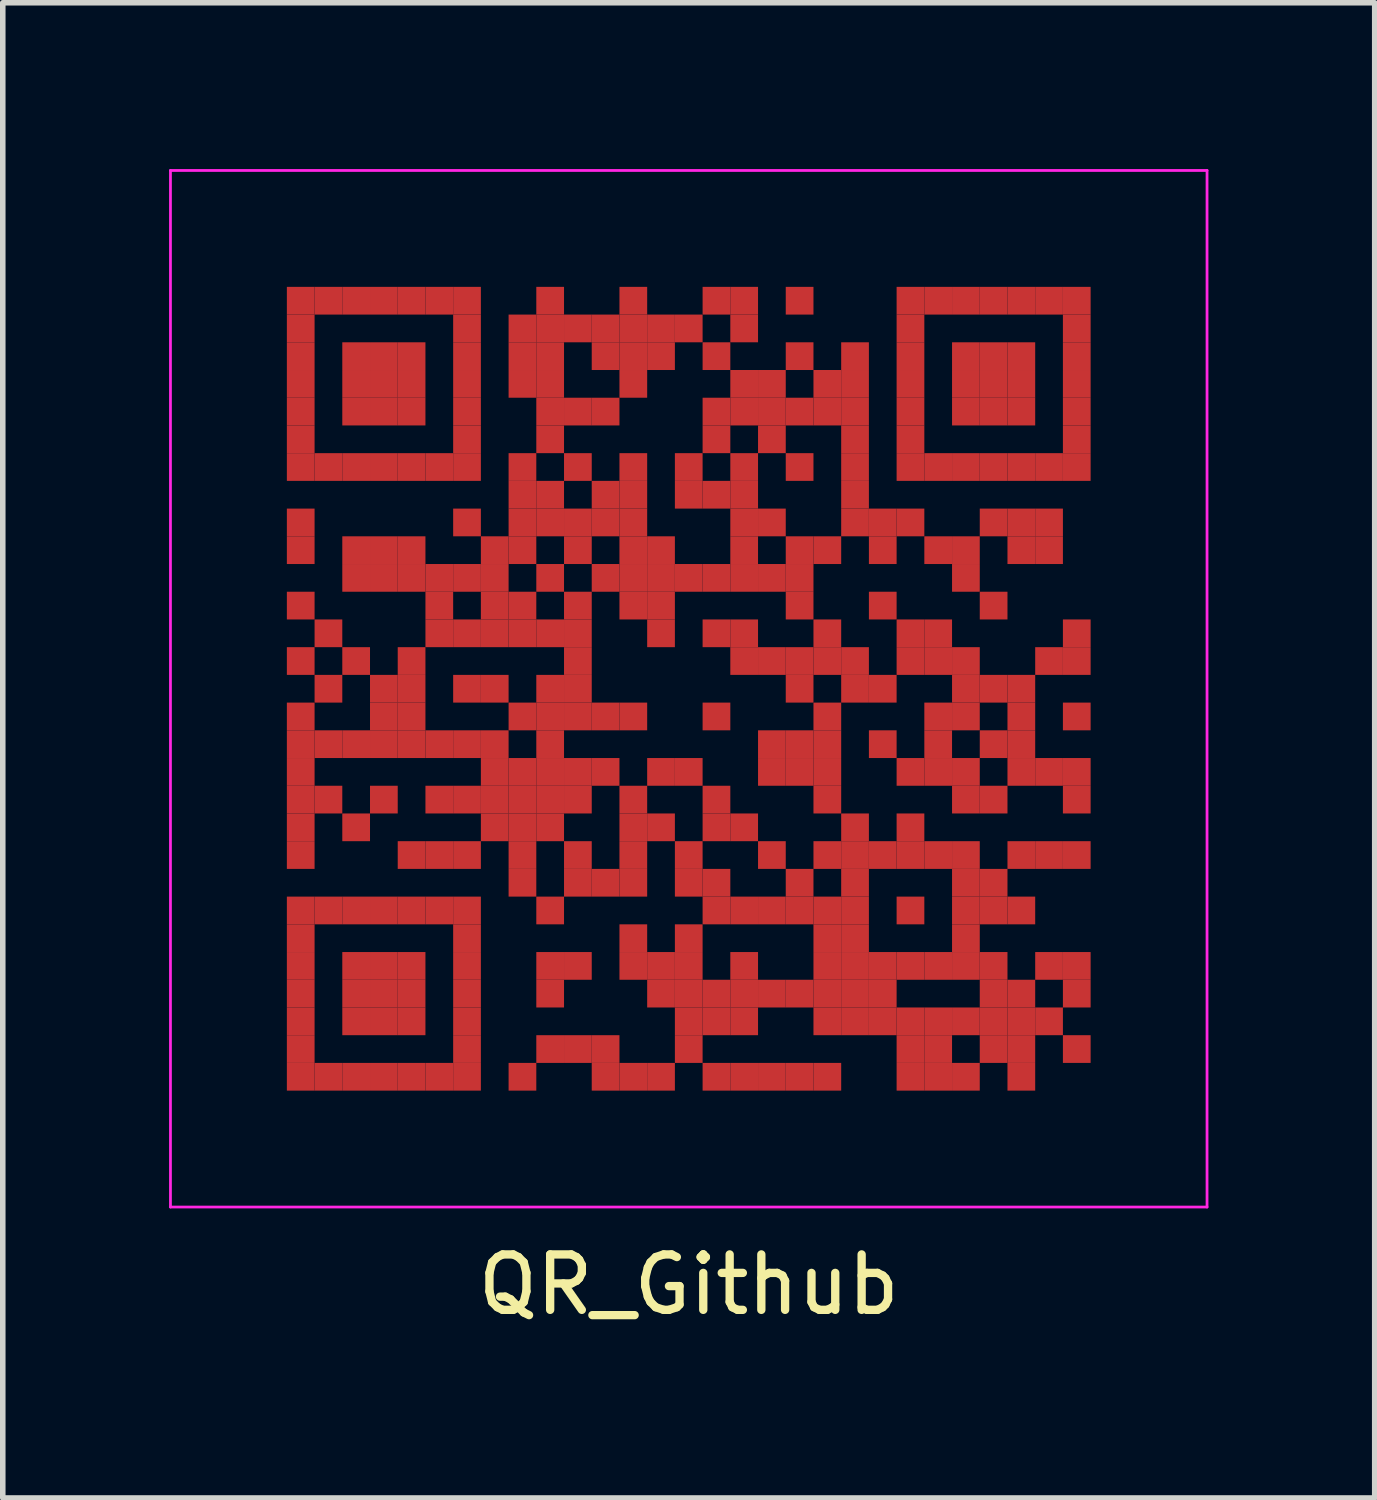
<source format=kicad_pcb>
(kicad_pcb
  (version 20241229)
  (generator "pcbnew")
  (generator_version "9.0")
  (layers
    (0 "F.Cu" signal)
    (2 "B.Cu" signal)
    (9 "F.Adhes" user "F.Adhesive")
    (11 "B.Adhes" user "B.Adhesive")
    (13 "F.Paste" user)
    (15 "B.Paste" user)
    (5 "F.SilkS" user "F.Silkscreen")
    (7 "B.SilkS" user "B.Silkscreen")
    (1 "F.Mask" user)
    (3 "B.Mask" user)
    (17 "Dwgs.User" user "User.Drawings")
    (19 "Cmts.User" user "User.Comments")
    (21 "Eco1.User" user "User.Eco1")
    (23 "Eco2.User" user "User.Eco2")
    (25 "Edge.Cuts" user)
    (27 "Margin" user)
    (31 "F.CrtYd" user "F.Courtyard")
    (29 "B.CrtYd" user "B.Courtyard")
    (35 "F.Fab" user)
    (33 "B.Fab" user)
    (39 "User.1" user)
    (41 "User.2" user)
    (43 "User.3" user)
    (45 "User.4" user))
  (footprint "QR_Github"
    (layer "F.Cu")
    (at 9.375 9.375)
    (property "Reference" "QR_Github" (at 0 10.75 0) (layer "F.SilkS") (effects (font (size 1 1) (thickness 0.15))))
    (fp_rect (start -9.3 -9.3) (end 9.3 9.3) (stroke (width 0) (type default)) (fill yes) (layer "F.Mask"))
    (fp_line (start -9.35 -9.35) (end 9.35 -9.35) (stroke (width 0.05) (type default)) (layer "F.CrtYd"))
    (fp_line (start -9.35 9.35) (end -9.35 -9.35) (stroke (width 0.05) (type default)) (layer "F.CrtYd"))
    (fp_line (start 9.35 -9.35) (end 9.35 9.35) (stroke (width 0.05) (type default)) (layer "F.CrtYd"))
    (fp_line (start 9.35 9.35) (end -9.35 9.35) (stroke (width 0.05) (type default)) (layer "F.CrtYd"))
    (pad "" smd rect (at -7 -7) (size 0.5 0.5) (layers "F.Cu"))
    (pad "" smd rect (at -7 -6.5) (size 0.5 0.5) (layers "F.Cu"))
    (pad "" smd rect (at -7 -6) (size 0.5 0.5) (layers "F.Cu"))
    (pad "" smd rect (at -7 -5.5) (size 0.5 0.5) (layers "F.Cu"))
    (pad "" smd rect (at -7 -5) (size 0.5 0.5) (layers "F.Cu"))
    (pad "" smd rect (at -7 -4.5) (size 0.5 0.5) (layers "F.Cu"))
    (pad "" smd rect (at -7 -4) (size 0.5 0.5) (layers "F.Cu"))
    (pad "" smd rect (at -7 -3) (size 0.5 0.5) (layers "F.Cu"))
    (pad "" smd rect (at -7 -2.5) (size 0.5 0.5) (layers "F.Cu"))
    (pad "" smd rect (at -7 -1.5) (size 0.5 0.5) (layers "F.Cu"))
    (pad "" smd rect (at -7 -0.5) (size 0.5 0.5) (layers "F.Cu"))
    (pad "" smd rect (at -7 0.5) (size 0.5 0.5) (layers "F.Cu"))
    (pad "" smd rect (at -7 1) (size 0.5 0.5) (layers "F.Cu"))
    (pad "" smd rect (at -7 1.5) (size 0.5 0.5) (layers "F.Cu"))
    (pad "" smd rect (at -7 2) (size 0.5 0.5) (layers "F.Cu"))
    (pad "" smd rect (at -7 2.5) (size 0.5 0.5) (layers "F.Cu"))
    (pad "" smd rect (at -7 3) (size 0.5 0.5) (layers "F.Cu"))
    (pad "" smd rect (at -7 4) (size 0.5 0.5) (layers "F.Cu"))
    (pad "" smd rect (at -7 4.5) (size 0.5 0.5) (layers "F.Cu"))
    (pad "" smd rect (at -7 5) (size 0.5 0.5) (layers "F.Cu"))
    (pad "" smd rect (at -7 5.5) (size 0.5 0.5) (layers "F.Cu"))
    (pad "" smd rect (at -7 6) (size 0.5 0.5) (layers "F.Cu"))
    (pad "" smd rect (at -7 6.5) (size 0.5 0.5) (layers "F.Cu"))
    (pad "" smd rect (at -7 7) (size 0.5 0.5) (layers "F.Cu"))
    (pad "" smd rect (at -6.5 -7) (size 0.5 0.5) (layers "F.Cu"))
    (pad "" smd rect (at -6.5 -4) (size 0.5 0.5) (layers "F.Cu"))
    (pad "" smd rect (at -6.5 -1) (size 0.5 0.5) (layers "F.Cu"))
    (pad "" smd rect (at -6.5 0) (size 0.5 0.5) (layers "F.Cu"))
    (pad "" smd rect (at -6.5 1) (size 0.5 0.5) (layers "F.Cu"))
    (pad "" smd rect (at -6.5 2) (size 0.5 0.5) (layers "F.Cu"))
    (pad "" smd rect (at -6.5 4) (size 0.5 0.5) (layers "F.Cu"))
    (pad "" smd rect (at -6.5 7) (size 0.5 0.5) (layers "F.Cu"))
    (pad "" smd rect (at -6 -7) (size 0.5 0.5) (layers "F.Cu"))
    (pad "" smd rect (at -6 -6) (size 0.5 0.5) (layers "F.Cu"))
    (pad "" smd rect (at -6 -5.5) (size 0.5 0.5) (layers "F.Cu"))
    (pad "" smd rect (at -6 -5) (size 0.5 0.5) (layers "F.Cu"))
    (pad "" smd rect (at -6 -4) (size 0.5 0.5) (layers "F.Cu"))
    (pad "" smd rect (at -6 -2.5) (size 0.5 0.5) (layers "F.Cu"))
    (pad "" smd rect (at -6 -2) (size 0.5 0.5) (layers "F.Cu"))
    (pad "" smd rect (at -6 -0.5) (size 0.5 0.5) (layers "F.Cu"))
    (pad "" smd rect (at -6 1) (size 0.5 0.5) (layers "F.Cu"))
    (pad "" smd rect (at -6 2.5) (size 0.5 0.5) (layers "F.Cu"))
    (pad "" smd rect (at -6 4) (size 0.5 0.5) (layers "F.Cu"))
    (pad "" smd rect (at -6 5) (size 0.5 0.5) (layers "F.Cu"))
    (pad "" smd rect (at -6 5.5) (size 0.5 0.5) (layers "F.Cu"))
    (pad "" smd rect (at -6 6) (size 0.5 0.5) (layers "F.Cu"))
    (pad "" smd rect (at -6 7) (size 0.5 0.5) (layers "F.Cu"))
    (pad "" smd rect (at -5.5 -7) (size 0.5 0.5) (layers "F.Cu"))
    (pad "" smd rect (at -5.5 -6) (size 0.5 0.5) (layers "F.Cu"))
    (pad "" smd rect (at -5.5 -5.5) (size 0.5 0.5) (layers "F.Cu"))
    (pad "" smd rect (at -5.5 -5) (size 0.5 0.5) (layers "F.Cu"))
    (pad "" smd rect (at -5.5 -4) (size 0.5 0.5) (layers "F.Cu"))
    (pad "" smd rect (at -5.5 -2.5) (size 0.5 0.5) (layers "F.Cu"))
    (pad "" smd rect (at -5.5 -2) (size 0.5 0.5) (layers "F.Cu"))
    (pad "" smd rect (at -5.5 0) (size 0.5 0.5) (layers "F.Cu"))
    (pad "" smd rect (at -5.5 0.5) (size 0.5 0.5) (layers "F.Cu"))
    (pad "" smd rect (at -5.5 1) (size 0.5 0.5) (layers "F.Cu"))
    (pad "" smd rect (at -5.5 2) (size 0.5 0.5) (layers "F.Cu"))
    (pad "" smd rect (at -5.5 4) (size 0.5 0.5) (layers "F.Cu"))
    (pad "" smd rect (at -5.5 5) (size 0.5 0.5) (layers "F.Cu"))
    (pad "" smd rect (at -5.5 5.5) (size 0.5 0.5) (layers "F.Cu"))
    (pad "" smd rect (at -5.5 6) (size 0.5 0.5) (layers "F.Cu"))
    (pad "" smd rect (at -5.5 7) (size 0.5 0.5) (layers "F.Cu"))
    (pad "" smd rect (at -5 -7) (size 0.5 0.5) (layers "F.Cu"))
    (pad "" smd rect (at -5 -6) (size 0.5 0.5) (layers "F.Cu"))
    (pad "" smd rect (at -5 -5.5) (size 0.5 0.5) (layers "F.Cu"))
    (pad "" smd rect (at -5 -5) (size 0.5 0.5) (layers "F.Cu"))
    (pad "" smd rect (at -5 -4) (size 0.5 0.5) (layers "F.Cu"))
    (pad "" smd rect (at -5 -2.5) (size 0.5 0.5) (layers "F.Cu"))
    (pad "" smd rect (at -5 -2) (size 0.5 0.5) (layers "F.Cu"))
    (pad "" smd rect (at -5 -0.5) (size 0.5 0.5) (layers "F.Cu"))
    (pad "" smd rect (at -5 0) (size 0.5 0.5) (layers "F.Cu"))
    (pad "" smd rect (at -5 0.5) (size 0.5 0.5) (layers "F.Cu"))
    (pad "" smd rect (at -5 1) (size 0.5 0.5) (layers "F.Cu"))
    (pad "" smd rect (at -5 3) (size 0.5 0.5) (layers "F.Cu"))
    (pad "" smd rect (at -5 4) (size 0.5 0.5) (layers "F.Cu"))
    (pad "" smd rect (at -5 5) (size 0.5 0.5) (layers "F.Cu"))
    (pad "" smd rect (at -5 5.5) (size 0.5 0.5) (layers "F.Cu"))
    (pad "" smd rect (at -5 6) (size 0.5 0.5) (layers "F.Cu"))
    (pad "" smd rect (at -5 7) (size 0.5 0.5) (layers "F.Cu"))
    (pad "" smd rect (at -4.5 -7) (size 0.5 0.5) (layers "F.Cu"))
    (pad "" smd rect (at -4.5 -4) (size 0.5 0.5) (layers "F.Cu"))
    (pad "" smd rect (at -4.5 -2) (size 0.5 0.5) (layers "F.Cu"))
    (pad "" smd rect (at -4.5 -1.5) (size 0.5 0.5) (layers "F.Cu"))
    (pad "" smd rect (at -4.5 -1) (size 0.5 0.5) (layers "F.Cu"))
    (pad "" smd rect (at -4.5 1) (size 0.5 0.5) (layers "F.Cu"))
    (pad "" smd rect (at -4.5 2) (size 0.5 0.5) (layers "F.Cu"))
    (pad "" smd rect (at -4.5 3) (size 0.5 0.5) (layers "F.Cu"))
    (pad "" smd rect (at -4.5 4) (size 0.5 0.5) (layers "F.Cu"))
    (pad "" smd rect (at -4.5 7) (size 0.5 0.5) (layers "F.Cu"))
    (pad "" smd rect (at -4 -7) (size 0.5 0.5) (layers "F.Cu"))
    (pad "" smd rect (at -4 -6.5) (size 0.5 0.5) (layers "F.Cu"))
    (pad "" smd rect (at -4 -6) (size 0.5 0.5) (layers "F.Cu"))
    (pad "" smd rect (at -4 -5.5) (size 0.5 0.5) (layers "F.Cu"))
    (pad "" smd rect (at -4 -5) (size 0.5 0.5) (layers "F.Cu"))
    (pad "" smd rect (at -4 -4.5) (size 0.5 0.5) (layers "F.Cu"))
    (pad "" smd rect (at -4 -4) (size 0.5 0.5) (layers "F.Cu"))
    (pad "" smd rect (at -4 -3) (size 0.5 0.5) (layers "F.Cu"))
    (pad "" smd rect (at -4 -2) (size 0.5 0.5) (layers "F.Cu"))
    (pad "" smd rect (at -4 -1) (size 0.5 0.5) (layers "F.Cu"))
    (pad "" smd rect (at -4 0) (size 0.5 0.5) (layers "F.Cu"))
    (pad "" smd rect (at -4 1) (size 0.5 0.5) (layers "F.Cu"))
    (pad "" smd rect (at -4 2) (size 0.5 0.5) (layers "F.Cu"))
    (pad "" smd rect (at -4 3) (size 0.5 0.5) (layers "F.Cu"))
    (pad "" smd rect (at -4 4) (size 0.5 0.5) (layers "F.Cu"))
    (pad "" smd rect (at -4 4.5) (size 0.5 0.5) (layers "F.Cu"))
    (pad "" smd rect (at -4 5) (size 0.5 0.5) (layers "F.Cu"))
    (pad "" smd rect (at -4 5.5) (size 0.5 0.5) (layers "F.Cu"))
    (pad "" smd rect (at -4 6) (size 0.5 0.5) (layers "F.Cu"))
    (pad "" smd rect (at -4 6.5) (size 0.5 0.5) (layers "F.Cu"))
    (pad "" smd rect (at -4 7) (size 0.5 0.5) (layers "F.Cu"))
    (pad "" smd rect (at -3.5 -2.5) (size 0.5 0.5) (layers "F.Cu"))
    (pad "" smd rect (at -3.5 -2) (size 0.5 0.5) (layers "F.Cu"))
    (pad "" smd rect (at -3.5 -1.5) (size 0.5 0.5) (layers "F.Cu"))
    (pad "" smd rect (at -3.5 -1) (size 0.5 0.5) (layers "F.Cu"))
    (pad "" smd rect (at -3.5 0) (size 0.5 0.5) (layers "F.Cu"))
    (pad "" smd rect (at -3.5 1) (size 0.5 0.5) (layers "F.Cu"))
    (pad "" smd rect (at -3.5 1.5) (size 0.5 0.5) (layers "F.Cu"))
    (pad "" smd rect (at -3.5 2) (size 0.5 0.5) (layers "F.Cu"))
    (pad "" smd rect (at -3.5 2.5) (size 0.5 0.5) (layers "F.Cu"))
    (pad "" smd rect (at -3 -6.5) (size 0.5 0.5) (layers "F.Cu"))
    (pad "" smd rect (at -3 -6) (size 0.5 0.5) (layers "F.Cu"))
    (pad "" smd rect (at -3 -5.5) (size 0.5 0.5) (layers "F.Cu"))
    (pad "" smd rect (at -3 -4) (size 0.5 0.5) (layers "F.Cu"))
    (pad "" smd rect (at -3 -3.5) (size 0.5 0.5) (layers "F.Cu"))
    (pad "" smd rect (at -3 -3) (size 0.5 0.5) (layers "F.Cu"))
    (pad "" smd rect (at -3 -2.5) (size 0.5 0.5) (layers "F.Cu"))
    (pad "" smd rect (at -3 -1.5) (size 0.5 0.5) (layers "F.Cu"))
    (pad "" smd rect (at -3 -1) (size 0.5 0.5) (layers "F.Cu"))
    (pad "" smd rect (at -3 0.5) (size 0.5 0.5) (layers "F.Cu"))
    (pad "" smd rect (at -3 1.5) (size 0.5 0.5) (layers "F.Cu"))
    (pad "" smd rect (at -3 2) (size 0.5 0.5) (layers "F.Cu"))
    (pad "" smd rect (at -3 2.5) (size 0.5 0.5) (layers "F.Cu"))
    (pad "" smd rect (at -3 3) (size 0.5 0.5) (layers "F.Cu"))
    (pad "" smd rect (at -3 3.5) (size 0.5 0.5) (layers "F.Cu"))
    (pad "" smd rect (at -3 7) (size 0.5 0.5) (layers "F.Cu"))
    (pad "" smd rect (at -2.5 -7) (size 0.5 0.5) (layers "F.Cu"))
    (pad "" smd rect (at -2.5 -6.5) (size 0.5 0.5) (layers "F.Cu"))
    (pad "" smd rect (at -2.5 -6) (size 0.5 0.5) (layers "F.Cu"))
    (pad "" smd rect (at -2.5 -5.5) (size 0.5 0.5) (layers "F.Cu"))
    (pad "" smd rect (at -2.5 -5) (size 0.5 0.5) (layers "F.Cu"))
    (pad "" smd rect (at -2.5 -4.5) (size 0.5 0.5) (layers "F.Cu"))
    (pad "" smd rect (at -2.5 -3.5) (size 0.5 0.5) (layers "F.Cu"))
    (pad "" smd rect (at -2.5 -3) (size 0.5 0.5) (layers "F.Cu"))
    (pad "" smd rect (at -2.5 -2) (size 0.5 0.5) (layers "F.Cu"))
    (pad "" smd rect (at -2.5 -1) (size 0.5 0.5) (layers "F.Cu"))
    (pad "" smd rect (at -2.5 0) (size 0.5 0.5) (layers "F.Cu"))
    (pad "" smd rect (at -2.5 0.5) (size 0.5 0.5) (layers "F.Cu"))
    (pad "" smd rect (at -2.5 1) (size 0.5 0.5) (layers "F.Cu"))
    (pad "" smd rect (at -2.5 1.5) (size 0.5 0.5) (layers "F.Cu"))
    (pad "" smd rect (at -2.5 2) (size 0.5 0.5) (layers "F.Cu"))
    (pad "" smd rect (at -2.5 2.5) (size 0.5 0.5) (layers "F.Cu"))
    (pad "" smd rect (at -2.5 4) (size 0.5 0.5) (layers "F.Cu"))
    (pad "" smd rect (at -2.5 5) (size 0.5 0.5) (layers "F.Cu"))
    (pad "" smd rect (at -2.5 5.5) (size 0.5 0.5) (layers "F.Cu"))
    (pad "" smd rect (at -2.5 6.5) (size 0.5 0.5) (layers "F.Cu"))
    (pad "" smd rect (at -2 -6.5) (size 0.5 0.5) (layers "F.Cu"))
    (pad "" smd rect (at -2 -5) (size 0.5 0.5) (layers "F.Cu"))
    (pad "" smd rect (at -2 -4) (size 0.5 0.5) (layers "F.Cu"))
    (pad "" smd rect (at -2 -3) (size 0.5 0.5) (layers "F.Cu"))
    (pad "" smd rect (at -2 -2.5) (size 0.5 0.5) (layers "F.Cu"))
    (pad "" smd rect (at -2 -1.5) (size 0.5 0.5) (layers "F.Cu"))
    (pad "" smd rect (at -2 -1) (size 0.5 0.5) (layers "F.Cu"))
    (pad "" smd rect (at -2 -0.5) (size 0.5 0.5) (layers "F.Cu"))
    (pad "" smd rect (at -2 0) (size 0.5 0.5) (layers "F.Cu"))
    (pad "" smd rect (at -2 0.5) (size 0.5 0.5) (layers "F.Cu"))
    (pad "" smd rect (at -2 1.5) (size 0.5 0.5) (layers "F.Cu"))
    (pad "" smd rect (at -2 2) (size 0.5 0.5) (layers "F.Cu"))
    (pad "" smd rect (at -2 3) (size 0.5 0.5) (layers "F.Cu"))
    (pad "" smd rect (at -2 3.5) (size 0.5 0.5) (layers "F.Cu"))
    (pad "" smd rect (at -2 5) (size 0.5 0.5) (layers "F.Cu"))
    (pad "" smd rect (at -2 6.5) (size 0.5 0.5) (layers "F.Cu"))
    (pad "" smd rect (at -1.5 -6.5) (size 0.5 0.5) (layers "F.Cu"))
    (pad "" smd rect (at -1.5 -6) (size 0.5 0.5) (layers "F.Cu"))
    (pad "" smd rect (at -1.5 -5) (size 0.5 0.5) (layers "F.Cu"))
    (pad "" smd rect (at -1.5 -3.5) (size 0.5 0.5) (layers "F.Cu"))
    (pad "" smd rect (at -1.5 -3) (size 0.5 0.5) (layers "F.Cu"))
    (pad "" smd rect (at -1.5 -2) (size 0.5 0.5) (layers "F.Cu"))
    (pad "" smd rect (at -1.5 0.5) (size 0.5 0.5) (layers "F.Cu"))
    (pad "" smd rect (at -1.5 1.5) (size 0.5 0.5) (layers "F.Cu"))
    (pad "" smd rect (at -1.5 3.5) (size 0.5 0.5) (layers "F.Cu"))
    (pad "" smd rect (at -1.5 6.5) (size 0.5 0.5) (layers "F.Cu"))
    (pad "" smd rect (at -1.5 7) (size 0.5 0.5) (layers "F.Cu"))
    (pad "" smd rect (at -1 -7) (size 0.5 0.5) (layers "F.Cu"))
    (pad "" smd rect (at -1 -6.5) (size 0.5 0.5) (layers "F.Cu"))
    (pad "" smd rect (at -1 -6) (size 0.5 0.5) (layers "F.Cu"))
    (pad "" smd rect (at -1 -5.5) (size 0.5 0.5) (layers "F.Cu"))
    (pad "" smd rect (at -1 -4) (size 0.5 0.5) (layers "F.Cu"))
    (pad "" smd rect (at -1 -3.5) (size 0.5 0.5) (layers "F.Cu"))
    (pad "" smd rect (at -1 -3) (size 0.5 0.5) (layers "F.Cu"))
    (pad "" smd rect (at -1 -2.5) (size 0.5 0.5) (layers "F.Cu"))
    (pad "" smd rect (at -1 -2) (size 0.5 0.5) (layers "F.Cu"))
    (pad "" smd rect (at -1 -1.5) (size 0.5 0.5) (layers "F.Cu"))
    (pad "" smd rect (at -1 0.5) (size 0.5 0.5) (layers "F.Cu"))
    (pad "" smd rect (at -1 2) (size 0.5 0.5) (layers "F.Cu"))
    (pad "" smd rect (at -1 2.5) (size 0.5 0.5) (layers "F.Cu"))
    (pad "" smd rect (at -1 3) (size 0.5 0.5) (layers "F.Cu"))
    (pad "" smd rect (at -1 3.5) (size 0.5 0.5) (layers "F.Cu"))
    (pad "" smd rect (at -1 4.5) (size 0.5 0.5) (layers "F.Cu"))
    (pad "" smd rect (at -1 5) (size 0.5 0.5) (layers "F.Cu"))
    (pad "" smd rect (at -1 7) (size 0.5 0.5) (layers "F.Cu"))
    (pad "" smd rect (at -0.5 -6.5) (size 0.5 0.5) (layers "F.Cu"))
    (pad "" smd rect (at -0.5 -6) (size 0.5 0.5) (layers "F.Cu"))
    (pad "" smd rect (at -0.5 -2.5) (size 0.5 0.5) (layers "F.Cu"))
    (pad "" smd rect (at -0.5 -2) (size 0.5 0.5) (layers "F.Cu"))
    (pad "" smd rect (at -0.5 -1.5) (size 0.5 0.5) (layers "F.Cu"))
    (pad "" smd rect (at -0.5 -1) (size 0.5 0.5) (layers "F.Cu"))
    (pad "" smd rect (at -0.5 1.5) (size 0.5 0.5) (layers "F.Cu"))
    (pad "" smd rect (at -0.5 2.5) (size 0.5 0.5) (layers "F.Cu"))
    (pad "" smd rect (at -0.5 5) (size 0.5 0.5) (layers "F.Cu"))
    (pad "" smd rect (at -0.5 5.5) (size 0.5 0.5) (layers "F.Cu"))
    (pad "" smd rect (at -0.5 7) (size 0.5 0.5) (layers "F.Cu"))
    (pad "" smd rect (at 0 -6.5) (size 0.5 0.5) (layers "F.Cu"))
    (pad "" smd rect (at 0 -4) (size 0.5 0.5) (layers "F.Cu"))
    (pad "" smd rect (at 0 -3.5) (size 0.5 0.5) (layers "F.Cu"))
    (pad "" smd rect (at 0 -2) (size 0.5 0.5) (layers "F.Cu"))
    (pad "" smd rect (at 0 1.5) (size 0.5 0.5) (layers "F.Cu"))
    (pad "" smd rect (at 0 3) (size 0.5 0.5) (layers "F.Cu"))
    (pad "" smd rect (at 0 3.5) (size 0.5 0.5) (layers "F.Cu"))
    (pad "" smd rect (at 0 4.5) (size 0.5 0.5) (layers "F.Cu"))
    (pad "" smd rect (at 0 5) (size 0.5 0.5) (layers "F.Cu"))
    (pad "" smd rect (at 0 5.5) (size 0.5 0.5) (layers "F.Cu"))
    (pad "" smd rect (at 0 6) (size 0.5 0.5) (layers "F.Cu"))
    (pad "" smd rect (at 0 6.5) (size 0.5 0.5) (layers "F.Cu"))
    (pad "" smd rect (at 0.5 -7) (size 0.5 0.5) (layers "F.Cu"))
    (pad "" smd rect (at 0.5 -6) (size 0.5 0.5) (layers "F.Cu"))
    (pad "" smd rect (at 0.5 -5) (size 0.5 0.5) (layers "F.Cu"))
    (pad "" smd rect (at 0.5 -4.5) (size 0.5 0.5) (layers "F.Cu"))
    (pad "" smd rect (at 0.5 -3.5) (size 0.5 0.5) (layers "F.Cu"))
    (pad "" smd rect (at 0.5 -2) (size 0.5 0.5) (layers "F.Cu"))
    (pad "" smd rect (at 0.5 -1) (size 0.5 0.5) (layers "F.Cu"))
    (pad "" smd rect (at 0.5 0.5) (size 0.5 0.5) (layers "F.Cu"))
    (pad "" smd rect (at 0.5 2) (size 0.5 0.5) (layers "F.Cu"))
    (pad "" smd rect (at 0.5 2.5) (size 0.5 0.5) (layers "F.Cu"))
    (pad "" smd rect (at 0.5 3.5) (size 0.5 0.5) (layers "F.Cu"))
    (pad "" smd rect (at 0.5 4) (size 0.5 0.5) (layers "F.Cu"))
    (pad "" smd rect (at 0.5 5.5) (size 0.5 0.5) (layers "F.Cu"))
    (pad "" smd rect (at 0.5 6) (size 0.5 0.5) (layers "F.Cu"))
    (pad "" smd rect (at 0.5 7) (size 0.5 0.5) (layers "F.Cu"))
    (pad "" smd rect (at 1 -7) (size 0.5 0.5) (layers "F.Cu"))
    (pad "" smd rect (at 1 -6.5) (size 0.5 0.5) (layers "F.Cu"))
    (pad "" smd rect (at 1 -5.5) (size 0.5 0.5) (layers "F.Cu"))
    (pad "" smd rect (at 1 -5) (size 0.5 0.5) (layers "F.Cu"))
    (pad "" smd rect (at 1 -4) (size 0.5 0.5) (layers "F.Cu"))
    (pad "" smd rect (at 1 -3.5) (size 0.5 0.5) (layers "F.Cu"))
    (pad "" smd rect (at 1 -3) (size 0.5 0.5) (layers "F.Cu"))
    (pad "" smd rect (at 1 -2.5) (size 0.5 0.5) (layers "F.Cu"))
    (pad "" smd rect (at 1 -2) (size 0.5 0.5) (layers "F.Cu"))
    (pad "" smd rect (at 1 -1) (size 0.5 0.5) (layers "F.Cu"))
    (pad "" smd rect (at 1 -0.5) (size 0.5 0.5) (layers "F.Cu"))
    (pad "" smd rect (at 1 2.5) (size 0.5 0.5) (layers "F.Cu"))
    (pad "" smd rect (at 1 4) (size 0.5 0.5) (layers "F.Cu"))
    (pad "" smd rect (at 1 5) (size 0.5 0.5) (layers "F.Cu"))
    (pad "" smd rect (at 1 5.5) (size 0.5 0.5) (layers "F.Cu"))
    (pad "" smd rect (at 1 6) (size 0.5 0.5) (layers "F.Cu"))
    (pad "" smd rect (at 1 7) (size 0.5 0.5) (layers "F.Cu"))
    (pad "" smd rect (at 1.5 -5.5) (size 0.5 0.5) (layers "F.Cu"))
    (pad "" smd rect (at 1.5 -5) (size 0.5 0.5) (layers "F.Cu"))
    (pad "" smd rect (at 1.5 -4.5) (size 0.5 0.5) (layers "F.Cu"))
    (pad "" smd rect (at 1.5 -3) (size 0.5 0.5) (layers "F.Cu"))
    (pad "" smd rect (at 1.5 -2) (size 0.5 0.5) (layers "F.Cu"))
    (pad "" smd rect (at 1.5 -0.5) (size 0.5 0.5) (layers "F.Cu"))
    (pad "" smd rect (at 1.5 1) (size 0.5 0.5) (layers "F.Cu"))
    (pad "" smd rect (at 1.5 1.5) (size 0.5 0.5) (layers "F.Cu"))
    (pad "" smd rect (at 1.5 3) (size 0.5 0.5) (layers "F.Cu"))
    (pad "" smd rect (at 1.5 4) (size 0.5 0.5) (layers "F.Cu"))
    (pad "" smd rect (at 1.5 5.5) (size 0.5 0.5) (layers "F.Cu"))
    (pad "" smd rect (at 1.5 7) (size 0.5 0.5) (layers "F.Cu"))
    (pad "" smd rect (at 2 -7) (size 0.5 0.5) (layers "F.Cu"))
    (pad "" smd rect (at 2 -6) (size 0.5 0.5) (layers "F.Cu"))
    (pad "" smd rect (at 2 -5) (size 0.5 0.5) (layers "F.Cu"))
    (pad "" smd rect (at 2 -4) (size 0.5 0.5) (layers "F.Cu"))
    (pad "" smd rect (at 2 -2.5) (size 0.5 0.5) (layers "F.Cu"))
    (pad "" smd rect (at 2 -2) (size 0.5 0.5) (layers "F.Cu"))
    (pad "" smd rect (at 2 -1.5) (size 0.5 0.5) (layers "F.Cu"))
    (pad "" smd rect (at 2 -0.5) (size 0.5 0.5) (layers "F.Cu"))
    (pad "" smd rect (at 2 0) (size 0.5 0.5) (layers "F.Cu"))
    (pad "" smd rect (at 2 1) (size 0.5 0.5) (layers "F.Cu"))
    (pad "" smd rect (at 2 1.5) (size 0.5 0.5) (layers "F.Cu"))
    (pad "" smd rect (at 2 3.5) (size 0.5 0.5) (layers "F.Cu"))
    (pad "" smd rect (at 2 4) (size 0.5 0.5) (layers "F.Cu"))
    (pad "" smd rect (at 2 5.5) (size 0.5 0.5) (layers "F.Cu"))
    (pad "" smd rect (at 2 7) (size 0.5 0.5) (layers "F.Cu"))
    (pad "" smd rect (at 2.5 -5.5) (size 0.5 0.5) (layers "F.Cu"))
    (pad "" smd rect (at 2.5 -5) (size 0.5 0.5) (layers "F.Cu"))
    (pad "" smd rect (at 2.5 -2.5) (size 0.5 0.5) (layers "F.Cu"))
    (pad "" smd rect (at 2.5 -1) (size 0.5 0.5) (layers "F.Cu"))
    (pad "" smd rect (at 2.5 -0.5) (size 0.5 0.5) (layers "F.Cu"))
    (pad "" smd rect (at 2.5 0.5) (size 0.5 0.5) (layers "F.Cu"))
    (pad "" smd rect (at 2.5 1) (size 0.5 0.5) (layers "F.Cu"))
    (pad "" smd rect (at 2.5 1.5) (size 0.5 0.5) (layers "F.Cu"))
    (pad "" smd rect (at 2.5 2) (size 0.5 0.5) (layers "F.Cu"))
    (pad "" smd rect (at 2.5 3) (size 0.5 0.5) (layers "F.Cu"))
    (pad "" smd rect (at 2.5 4) (size 0.5 0.5) (layers "F.Cu"))
    (pad "" smd rect (at 2.5 4.5) (size 0.5 0.5) (layers "F.Cu"))
    (pad "" smd rect (at 2.5 5) (size 0.5 0.5) (layers "F.Cu"))
    (pad "" smd rect (at 2.5 5.5) (size 0.5 0.5) (layers "F.Cu"))
    (pad "" smd rect (at 2.5 6) (size 0.5 0.5) (layers "F.Cu"))
    (pad "" smd rect (at 2.5 7) (size 0.5 0.5) (layers "F.Cu"))
    (pad "" smd rect (at 3 -6) (size 0.5 0.5) (layers "F.Cu"))
    (pad "" smd rect (at 3 -5.5) (size 0.5 0.5) (layers "F.Cu"))
    (pad "" smd rect (at 3 -5) (size 0.5 0.5) (layers "F.Cu"))
    (pad "" smd rect (at 3 -4.5) (size 0.5 0.5) (layers "F.Cu"))
    (pad "" smd rect (at 3 -4) (size 0.5 0.5) (layers "F.Cu"))
    (pad "" smd rect (at 3 -3.5) (size 0.5 0.5) (layers "F.Cu"))
    (pad "" smd rect (at 3 -3) (size 0.5 0.5) (layers "F.Cu"))
    (pad "" smd rect (at 3 -0.5) (size 0.5 0.5) (layers "F.Cu"))
    (pad "" smd rect (at 3 0) (size 0.5 0.5) (layers "F.Cu"))
    (pad "" smd rect (at 3 2.5) (size 0.5 0.5) (layers "F.Cu"))
    (pad "" smd rect (at 3 3) (size 0.5 0.5) (layers "F.Cu"))
    (pad "" smd rect (at 3 3.5) (size 0.5 0.5) (layers "F.Cu"))
    (pad "" smd rect (at 3 4) (size 0.5 0.5) (layers "F.Cu"))
    (pad "" smd rect (at 3 4.5) (size 0.5 0.5) (layers "F.Cu"))
    (pad "" smd rect (at 3 5) (size 0.5 0.5) (layers "F.Cu"))
    (pad "" smd rect (at 3 5.5) (size 0.5 0.5) (layers "F.Cu"))
    (pad "" smd rect (at 3 6) (size 0.5 0.5) (layers "F.Cu"))
    (pad "" smd rect (at 3.5 -3) (size 0.5 0.5) (layers "F.Cu"))
    (pad "" smd rect (at 3.5 -2.5) (size 0.5 0.5) (layers "F.Cu"))
    (pad "" smd rect (at 3.5 -1.5) (size 0.5 0.5) (layers "F.Cu"))
    (pad "" smd rect (at 3.5 0) (size 0.5 0.5) (layers "F.Cu"))
    (pad "" smd rect (at 3.5 1) (size 0.5 0.5) (layers "F.Cu"))
    (pad "" smd rect (at 3.5 3) (size 0.5 0.5) (layers "F.Cu"))
    (pad "" smd rect (at 3.5 5) (size 0.5 0.5) (layers "F.Cu"))
    (pad "" smd rect (at 3.5 5.5) (size 0.5 0.5) (layers "F.Cu"))
    (pad "" smd rect (at 3.5 6) (size 0.5 0.5) (layers "F.Cu"))
    (pad "" smd rect (at 4 -7) (size 0.5 0.5) (layers "F.Cu"))
    (pad "" smd rect (at 4 -6.5) (size 0.5 0.5) (layers "F.Cu"))
    (pad "" smd rect (at 4 -6) (size 0.5 0.5) (layers "F.Cu"))
    (pad "" smd rect (at 4 -5.5) (size 0.5 0.5) (layers "F.Cu"))
    (pad "" smd rect (at 4 -5) (size 0.5 0.5) (layers "F.Cu"))
    (pad "" smd rect (at 4 -4.5) (size 0.5 0.5) (layers "F.Cu"))
    (pad "" smd rect (at 4 -4) (size 0.5 0.5) (layers "F.Cu"))
    (pad "" smd rect (at 4 -3) (size 0.5 0.5) (layers "F.Cu"))
    (pad "" smd rect (at 4 -1) (size 0.5 0.5) (layers "F.Cu"))
    (pad "" smd rect (at 4 -0.5) (size 0.5 0.5) (layers "F.Cu"))
    (pad "" smd rect (at 4 1.5) (size 0.5 0.5) (layers "F.Cu"))
    (pad "" smd rect (at 4 2.5) (size 0.5 0.5) (layers "F.Cu"))
    (pad "" smd rect (at 4 3) (size 0.5 0.5) (layers "F.Cu"))
    (pad "" smd rect (at 4 4) (size 0.5 0.5) (layers "F.Cu"))
    (pad "" smd rect (at 4 5) (size 0.5 0.5) (layers "F.Cu"))
    (pad "" smd rect (at 4 6) (size 0.5 0.5) (layers "F.Cu"))
    (pad "" smd rect (at 4 6.5) (size 0.5 0.5) (layers "F.Cu"))
    (pad "" smd rect (at 4 7) (size 0.5 0.5) (layers "F.Cu"))
    (pad "" smd rect (at 4.5 -7) (size 0.5 0.5) (layers "F.Cu"))
    (pad "" smd rect (at 4.5 -4) (size 0.5 0.5) (layers "F.Cu"))
    (pad "" smd rect (at 4.5 -2.5) (size 0.5 0.5) (layers "F.Cu"))
    (pad "" smd rect (at 4.5 -1) (size 0.5 0.5) (layers "F.Cu"))
    (pad "" smd rect (at 4.5 -0.5) (size 0.5 0.5) (layers "F.Cu"))
    (pad "" smd rect (at 4.5 0.5) (size 0.5 0.5) (layers "F.Cu"))
    (pad "" smd rect (at 4.5 1) (size 0.5 0.5) (layers "F.Cu"))
    (pad "" smd rect (at 4.5 1.5) (size 0.5 0.5) (layers "F.Cu"))
    (pad "" smd rect (at 4.5 3) (size 0.5 0.5) (layers "F.Cu"))
    (pad "" smd rect (at 4.5 5) (size 0.5 0.5) (layers "F.Cu"))
    (pad "" smd rect (at 4.5 6) (size 0.5 0.5) (layers "F.Cu"))
    (pad "" smd rect (at 4.5 6.5) (size 0.5 0.5) (layers "F.Cu"))
    (pad "" smd rect (at 4.5 7) (size 0.5 0.5) (layers "F.Cu"))
    (pad "" smd rect (at 5 -7) (size 0.5 0.5) (layers "F.Cu"))
    (pad "" smd rect (at 5 -6) (size 0.5 0.5) (layers "F.Cu"))
    (pad "" smd rect (at 5 -5.5) (size 0.5 0.5) (layers "F.Cu"))
    (pad "" smd rect (at 5 -5) (size 0.5 0.5) (layers "F.Cu"))
    (pad "" smd rect (at 5 -4) (size 0.5 0.5) (layers "F.Cu"))
    (pad "" smd rect (at 5 -2.5) (size 0.5 0.5) (layers "F.Cu"))
    (pad "" smd rect (at 5 -2) (size 0.5 0.5) (layers "F.Cu"))
    (pad "" smd rect (at 5 -0.5) (size 0.5 0.5) (layers "F.Cu"))
    (pad "" smd rect (at 5 0) (size 0.5 0.5) (layers "F.Cu"))
    (pad "" smd rect (at 5 0.5) (size 0.5 0.5) (layers "F.Cu"))
    (pad "" smd rect (at 5 1.5) (size 0.5 0.5) (layers "F.Cu"))
    (pad "" smd rect (at 5 2) (size 0.5 0.5) (layers "F.Cu"))
    (pad "" smd rect (at 5 3) (size 0.5 0.5) (layers "F.Cu"))
    (pad "" smd rect (at 5 3.5) (size 0.5 0.5) (layers "F.Cu"))
    (pad "" smd rect (at 5 4) (size 0.5 0.5) (layers "F.Cu"))
    (pad "" smd rect (at 5 4.5) (size 0.5 0.5) (layers "F.Cu"))
    (pad "" smd rect (at 5 5) (size 0.5 0.5) (layers "F.Cu"))
    (pad "" smd rect (at 5 6) (size 0.5 0.5) (layers "F.Cu"))
    (pad "" smd rect (at 5 7) (size 0.5 0.5) (layers "F.Cu"))
    (pad "" smd rect (at 5.5 -7) (size 0.5 0.5) (layers "F.Cu"))
    (pad "" smd rect (at 5.5 -6) (size 0.5 0.5) (layers "F.Cu"))
    (pad "" smd rect (at 5.5 -5.5) (size 0.5 0.5) (layers "F.Cu"))
    (pad "" smd rect (at 5.5 -5) (size 0.5 0.5) (layers "F.Cu"))
    (pad "" smd rect (at 5.5 -4) (size 0.5 0.5) (layers "F.Cu"))
    (pad "" smd rect (at 5.5 -3) (size 0.5 0.5) (layers "F.Cu"))
    (pad "" smd rect (at 5.5 -1.5) (size 0.5 0.5) (layers "F.Cu"))
    (pad "" smd rect (at 5.5 0) (size 0.5 0.5) (layers "F.Cu"))
    (pad "" smd rect (at 5.5 1) (size 0.5 0.5) (layers "F.Cu"))
    (pad "" smd rect (at 5.5 2) (size 0.5 0.5) (layers "F.Cu"))
    (pad "" smd rect (at 5.5 3.5) (size 0.5 0.5) (layers "F.Cu"))
    (pad "" smd rect (at 5.5 4) (size 0.5 0.5) (layers "F.Cu"))
    (pad "" smd rect (at 5.5 5) (size 0.5 0.5) (layers "F.Cu"))
    (pad "" smd rect (at 5.5 5.5) (size 0.5 0.5) (layers "F.Cu"))
    (pad "" smd rect (at 5.5 6) (size 0.5 0.5) (layers "F.Cu"))
    (pad "" smd rect (at 5.5 6.5) (size 0.5 0.5) (layers "F.Cu"))
    (pad "" smd rect (at 6 -7) (size 0.5 0.5) (layers "F.Cu"))
    (pad "" smd rect (at 6 -6) (size 0.5 0.5) (layers "F.Cu"))
    (pad "" smd rect (at 6 -5.5) (size 0.5 0.5) (layers "F.Cu"))
    (pad "" smd rect (at 6 -5) (size 0.5 0.5) (layers "F.Cu"))
    (pad "" smd rect (at 6 -4) (size 0.5 0.5) (layers "F.Cu"))
    (pad "" smd rect (at 6 -3) (size 0.5 0.5) (layers "F.Cu"))
    (pad "" smd rect (at 6 -2.5) (size 0.5 0.5) (layers "F.Cu"))
    (pad "" smd rect (at 6 0) (size 0.5 0.5) (layers "F.Cu"))
    (pad "" smd rect (at 6 0.5) (size 0.5 0.5) (layers "F.Cu"))
    (pad "" smd rect (at 6 1) (size 0.5 0.5) (layers "F.Cu"))
    (pad "" smd rect (at 6 1.5) (size 0.5 0.5) (layers "F.Cu"))
    (pad "" smd rect (at 6 3) (size 0.5 0.5) (layers "F.Cu"))
    (pad "" smd rect (at 6 4) (size 0.5 0.5) (layers "F.Cu"))
    (pad "" smd rect (at 6 5.5) (size 0.5 0.5) (layers "F.Cu"))
    (pad "" smd rect (at 6 6) (size 0.5 0.5) (layers "F.Cu"))
    (pad "" smd rect (at 6 6.5) (size 0.5 0.5) (layers "F.Cu"))
    (pad "" smd rect (at 6 7) (size 0.5 0.5) (layers "F.Cu"))
    (pad "" smd rect (at 6.5 -7) (size 0.5 0.5) (layers "F.Cu"))
    (pad "" smd rect (at 6.5 -4) (size 0.5 0.5) (layers "F.Cu"))
    (pad "" smd rect (at 6.5 -3) (size 0.5 0.5) (layers "F.Cu"))
    (pad "" smd rect (at 6.5 -2.5) (size 0.5 0.5) (layers "F.Cu"))
    (pad "" smd rect (at 6.5 -0.5) (size 0.5 0.5) (layers "F.Cu"))
    (pad "" smd rect (at 6.5 1.5) (size 0.5 0.5) (layers "F.Cu"))
    (pad "" smd rect (at 6.5 3) (size 0.5 0.5) (layers "F.Cu"))
    (pad "" smd rect (at 6.5 5) (size 0.5 0.5) (layers "F.Cu"))
    (pad "" smd rect (at 6.5 6) (size 0.5 0.5) (layers "F.Cu"))
    (pad "" smd rect (at 7 -7) (size 0.5 0.5) (layers "F.Cu"))
    (pad "" smd rect (at 7 -6.5) (size 0.5 0.5) (layers "F.Cu"))
    (pad "" smd rect (at 7 -6) (size 0.5 0.5) (layers "F.Cu"))
    (pad "" smd rect (at 7 -5.5) (size 0.5 0.5) (layers "F.Cu"))
    (pad "" smd rect (at 7 -5) (size 0.5 0.5) (layers "F.Cu"))
    (pad "" smd rect (at 7 -4.5) (size 0.5 0.5) (layers "F.Cu"))
    (pad "" smd rect (at 7 -4) (size 0.5 0.5) (layers "F.Cu"))
    (pad "" smd rect (at 7 -1) (size 0.5 0.5) (layers "F.Cu"))
    (pad "" smd rect (at 7 -0.5) (size 0.5 0.5) (layers "F.Cu"))
    (pad "" smd rect (at 7 0.5) (size 0.5 0.5) (layers "F.Cu"))
    (pad "" smd rect (at 7 1.5) (size 0.5 0.5) (layers "F.Cu"))
    (pad "" smd rect (at 7 2) (size 0.5 0.5) (layers "F.Cu"))
    (pad "" smd rect (at 7 3) (size 0.5 0.5) (layers "F.Cu"))
    (pad "" smd rect (at 7 5) (size 0.5 0.5) (layers "F.Cu"))
    (pad "" smd rect (at 7 5.5) (size 0.5 0.5) (layers "F.Cu"))
    (pad "" smd rect (at 7 6.5) (size 0.5 0.5) (layers "F.Cu")))
  (gr_rect
    (start -3 -3)
    (end 21.75 23.973)
    (stroke (width 0.1) (type default))
    (fill no)
    (layer "Edge.Cuts")))
</source>
